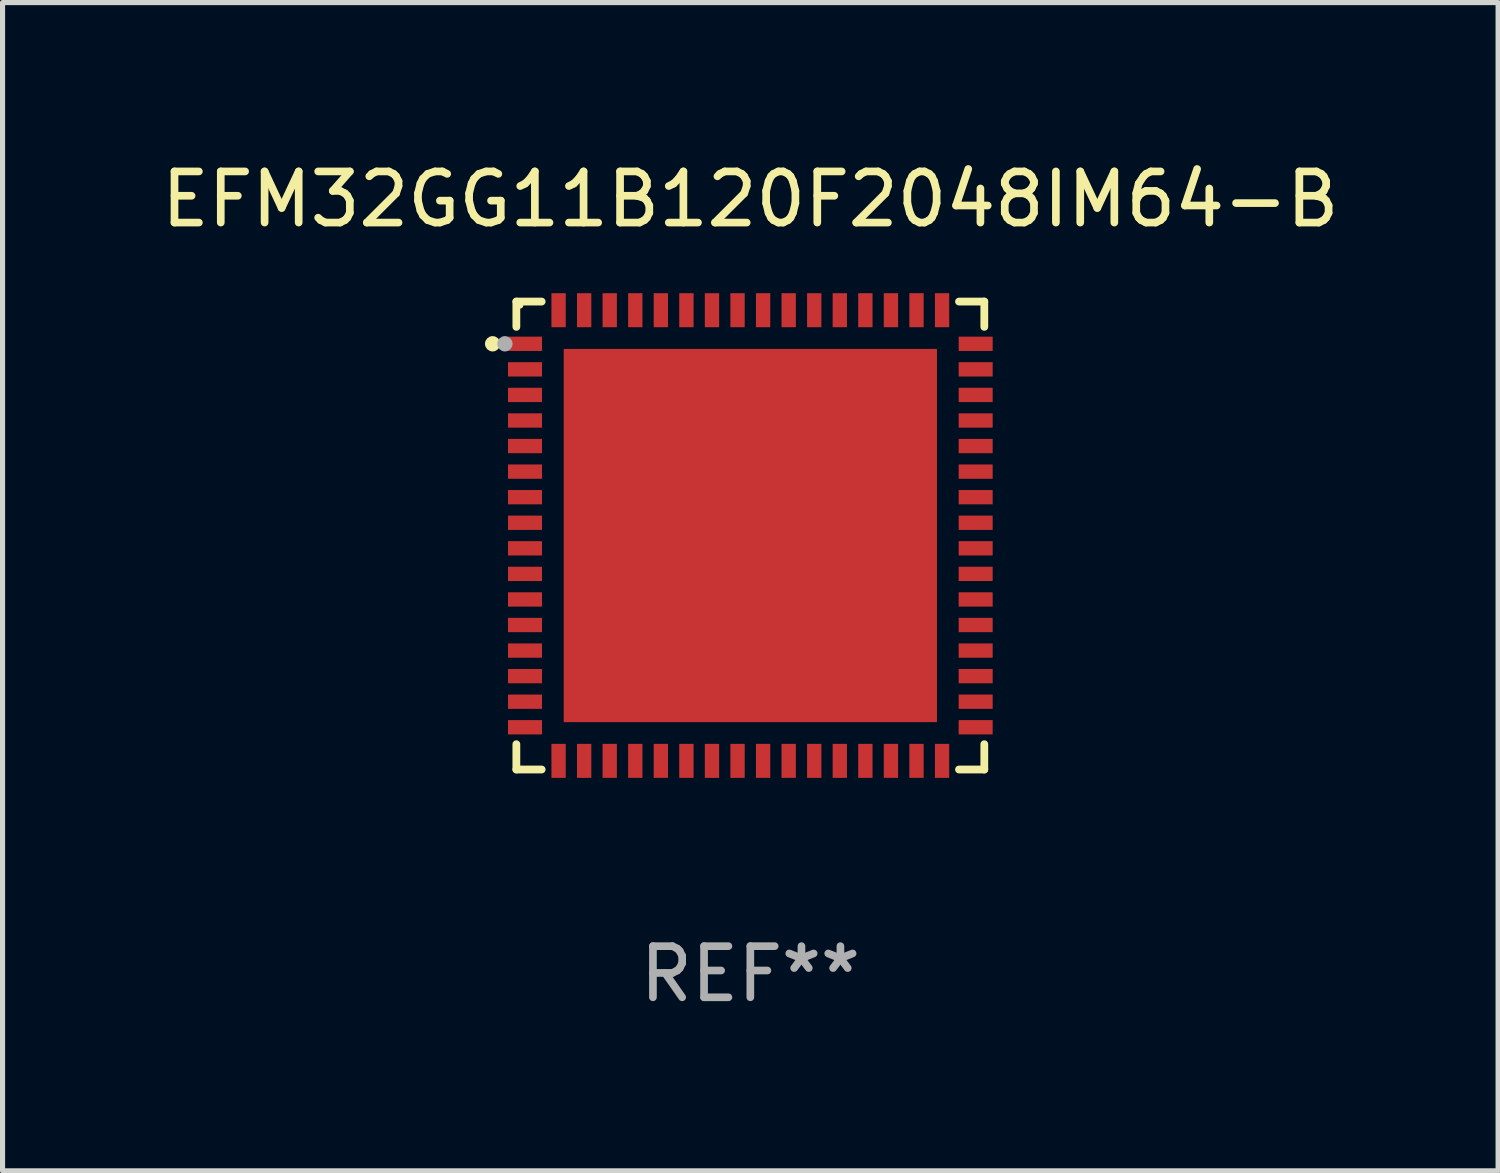
<source format=kicad_pcb>
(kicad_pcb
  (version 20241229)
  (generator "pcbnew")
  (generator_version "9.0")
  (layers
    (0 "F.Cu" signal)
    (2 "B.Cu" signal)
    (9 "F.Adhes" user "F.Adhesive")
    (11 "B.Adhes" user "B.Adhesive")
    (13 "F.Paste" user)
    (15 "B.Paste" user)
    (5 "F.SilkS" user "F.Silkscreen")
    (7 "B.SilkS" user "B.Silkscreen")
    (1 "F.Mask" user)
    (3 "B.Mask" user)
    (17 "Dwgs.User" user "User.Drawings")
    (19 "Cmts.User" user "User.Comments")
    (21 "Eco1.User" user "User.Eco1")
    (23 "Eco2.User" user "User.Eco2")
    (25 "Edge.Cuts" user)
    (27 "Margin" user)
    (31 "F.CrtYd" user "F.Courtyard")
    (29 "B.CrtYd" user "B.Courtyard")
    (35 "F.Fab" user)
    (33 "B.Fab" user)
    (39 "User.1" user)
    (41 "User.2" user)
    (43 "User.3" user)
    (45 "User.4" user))
  (footprint "EFM32GG11B120F2048IM64-B"
    (layer "F.Cu")
    (at 11.625 7.424)
    (property "Reference" "EFM32GG11B120F2048IM64-B" (at 0 -6.576 0) (layer "F.SilkS") (effects (font (size 1 1) (thickness 0.15))))
    (attr through_hole)
    (fp_line (start -4.576 -4.576) (end -4.576 -4.081) (stroke (width 0.152) (type solid)) (layer "F.SilkS"))
    (fp_line (start -4.576 4.576) (end -4.576 4.081) (stroke (width 0.152) (type solid)) (layer "F.SilkS"))
    (fp_line (start -4.081 -4.576) (end -4.576 -4.576) (stroke (width 0.152) (type solid)) (layer "F.SilkS"))
    (fp_line (start -4.081 4.576) (end -4.576 4.576) (stroke (width 0.152) (type solid)) (layer "F.SilkS"))
    (fp_line (start 4.081 -4.576) (end 4.576 -4.576) (stroke (width 0.152) (type solid)) (layer "F.SilkS"))
    (fp_line (start 4.081 4.576) (end 4.576 4.576) (stroke (width 0.152) (type solid)) (layer "F.SilkS"))
    (fp_line (start 4.576 -4.576) (end 4.576 -4.081) (stroke (width 0.152) (type solid)) (layer "F.SilkS"))
    (fp_line (start 4.576 4.576) (end 4.576 4.081) (stroke (width 0.152) (type solid)) (layer "F.SilkS"))
    (fp_circle (center -5.04 -3.75) (end -4.965 -3.75) (stroke (width 0.15) (type solid)) (fill no) (layer "F.SilkS"))
    (fp_circle (center -4.5 -4.5) (end -4.47 -4.5) (stroke (width 0.06) (type solid)) (fill no) (layer "F.SilkS"))
    (fp_circle (center -4.8 -3.75) (end -4.725 -3.75) (stroke (width 0.15) (type solid)) (fill no) (layer "F.Fab"))
    (fp_text user "REF**" (at 0 8.576 0) (layer "F.Fab") (effects (font (size 1 1) (thickness 0.15))))
    (pad "1" smd rect (at -4.407 -3.75) (size 0.665 0.28) (layers "F.Cu" "F.Mask" "F.Paste"))
    (pad "2" smd rect (at -4.407 -3.25) (size 0.665 0.28) (layers "F.Cu" "F.Mask" "F.Paste"))
    (pad "3" smd rect (at -4.407 -2.75) (size 0.665 0.28) (layers "F.Cu" "F.Mask" "F.Paste"))
    (pad "4" smd rect (at -4.407 -2.25) (size 0.665 0.28) (layers "F.Cu" "F.Mask" "F.Paste"))
    (pad "5" smd rect (at -4.407 -1.75) (size 0.665 0.28) (layers "F.Cu" "F.Mask" "F.Paste"))
    (pad "6" smd rect (at -4.407 -1.25) (size 0.665 0.28) (layers "F.Cu" "F.Mask" "F.Paste"))
    (pad "7" smd rect (at -4.407 -0.75) (size 0.665 0.28) (layers "F.Cu" "F.Mask" "F.Paste"))
    (pad "8" smd rect (at -4.407 -0.25) (size 0.665 0.28) (layers "F.Cu" "F.Mask" "F.Paste"))
    (pad "9" smd rect (at -4.407 0.25) (size 0.665 0.28) (layers "F.Cu" "F.Mask" "F.Paste"))
    (pad "10" smd rect (at -4.407 0.75) (size 0.665 0.28) (layers "F.Cu" "F.Mask" "F.Paste"))
    (pad "11" smd rect (at -4.407 1.25) (size 0.665 0.28) (layers "F.Cu" "F.Mask" "F.Paste"))
    (pad "12" smd rect (at -4.407 1.75) (size 0.665 0.28) (layers "F.Cu" "F.Mask" "F.Paste"))
    (pad "13" smd rect (at -4.407 2.25) (size 0.665 0.28) (layers "F.Cu" "F.Mask" "F.Paste"))
    (pad "14" smd rect (at -4.407 2.75) (size 0.665 0.28) (layers "F.Cu" "F.Mask" "F.Paste"))
    (pad "15" smd rect (at -4.407 3.25) (size 0.665 0.28) (layers "F.Cu" "F.Mask" "F.Paste"))
    (pad "16" smd rect (at -4.407 3.75) (size 0.665 0.28) (layers "F.Cu" "F.Mask" "F.Paste"))
    (pad "17" smd rect (at -3.75 4.407) (size 0.28 0.665) (layers "F.Cu" "F.Mask" "F.Paste"))
    (pad "18" smd rect (at -3.25 4.407) (size 0.28 0.665) (layers "F.Cu" "F.Mask" "F.Paste"))
    (pad "19" smd rect (at -2.75 4.407) (size 0.28 0.665) (layers "F.Cu" "F.Mask" "F.Paste"))
    (pad "20" smd rect (at -2.25 4.407) (size 0.28 0.665) (layers "F.Cu" "F.Mask" "F.Paste"))
    (pad "21" smd rect (at -1.75 4.407) (size 0.28 0.665) (layers "F.Cu" "F.Mask" "F.Paste"))
    (pad "22" smd rect (at -1.25 4.407) (size 0.28 0.665) (layers "F.Cu" "F.Mask" "F.Paste"))
    (pad "23" smd rect (at -0.75 4.407) (size 0.28 0.665) (layers "F.Cu" "F.Mask" "F.Paste"))
    (pad "24" smd rect (at -0.25 4.407) (size 0.28 0.665) (layers "F.Cu" "F.Mask" "F.Paste"))
    (pad "25" smd rect (at 0.25 4.407) (size 0.28 0.665) (layers "F.Cu" "F.Mask" "F.Paste"))
    (pad "26" smd rect (at 0.75 4.407) (size 0.28 0.665) (layers "F.Cu" "F.Mask" "F.Paste"))
    (pad "27" smd rect (at 1.25 4.407) (size 0.28 0.665) (layers "F.Cu" "F.Mask" "F.Paste"))
    (pad "28" smd rect (at 1.75 4.407) (size 0.28 0.665) (layers "F.Cu" "F.Mask" "F.Paste"))
    (pad "29" smd rect (at 2.25 4.407) (size 0.28 0.665) (layers "F.Cu" "F.Mask" "F.Paste"))
    (pad "30" smd rect (at 2.75 4.407) (size 0.28 0.665) (layers "F.Cu" "F.Mask" "F.Paste"))
    (pad "31" smd rect (at 3.25 4.407) (size 0.28 0.665) (layers "F.Cu" "F.Mask" "F.Paste"))
    (pad "32" smd rect (at 3.75 4.407) (size 0.28 0.665) (layers "F.Cu" "F.Mask" "F.Paste"))
    (pad "33" smd rect (at 4.407 3.75) (size 0.665 0.28) (layers "F.Cu" "F.Mask" "F.Paste"))
    (pad "34" smd rect (at 4.407 3.25) (size 0.665 0.28) (layers "F.Cu" "F.Mask" "F.Paste"))
    (pad "35" smd rect (at 4.407 2.75) (size 0.665 0.28) (layers "F.Cu" "F.Mask" "F.Paste"))
    (pad "36" smd rect (at 4.407 2.25) (size 0.665 0.28) (layers "F.Cu" "F.Mask" "F.Paste"))
    (pad "37" smd rect (at 4.407 1.75) (size 0.665 0.28) (layers "F.Cu" "F.Mask" "F.Paste"))
    (pad "38" smd rect (at 4.407 1.25) (size 0.665 0.28) (layers "F.Cu" "F.Mask" "F.Paste"))
    (pad "39" smd rect (at 4.407 0.75) (size 0.665 0.28) (layers "F.Cu" "F.Mask" "F.Paste"))
    (pad "40" smd rect (at 4.407 0.25) (size 0.665 0.28) (layers "F.Cu" "F.Mask" "F.Paste"))
    (pad "41" smd rect (at 4.407 -0.25) (size 0.665 0.28) (layers "F.Cu" "F.Mask" "F.Paste"))
    (pad "42" smd rect (at 4.407 -0.75) (size 0.665 0.28) (layers "F.Cu" "F.Mask" "F.Paste"))
    (pad "43" smd rect (at 4.407 -1.25) (size 0.665 0.28) (layers "F.Cu" "F.Mask" "F.Paste"))
    (pad "44" smd rect (at 4.407 -1.75) (size 0.665 0.28) (layers "F.Cu" "F.Mask" "F.Paste"))
    (pad "45" smd rect (at 4.407 -2.25) (size 0.665 0.28) (layers "F.Cu" "F.Mask" "F.Paste"))
    (pad "46" smd rect (at 4.407 -2.75) (size 0.665 0.28) (layers "F.Cu" "F.Mask" "F.Paste"))
    (pad "47" smd rect (at 4.407 -3.25) (size 0.665 0.28) (layers "F.Cu" "F.Mask" "F.Paste"))
    (pad "48" smd rect (at 4.407 -3.75) (size 0.665 0.28) (layers "F.Cu" "F.Mask" "F.Paste"))
    (pad "49" smd rect (at 3.75 -4.407) (size 0.28 0.665) (layers "F.Cu" "F.Mask" "F.Paste"))
    (pad "50" smd rect (at 3.25 -4.407) (size 0.28 0.665) (layers "F.Cu" "F.Mask" "F.Paste"))
    (pad "51" smd rect (at 2.75 -4.407) (size 0.28 0.665) (layers "F.Cu" "F.Mask" "F.Paste"))
    (pad "52" smd rect (at 2.25 -4.407) (size 0.28 0.665) (layers "F.Cu" "F.Mask" "F.Paste"))
    (pad "53" smd rect (at 1.75 -4.407) (size 0.28 0.665) (layers "F.Cu" "F.Mask" "F.Paste"))
    (pad "54" smd rect (at 1.25 -4.407) (size 0.28 0.665) (layers "F.Cu" "F.Mask" "F.Paste"))
    (pad "55" smd rect (at 0.75 -4.407) (size 0.28 0.665) (layers "F.Cu" "F.Mask" "F.Paste"))
    (pad "56" smd rect (at 0.25 -4.407) (size 0.28 0.665) (layers "F.Cu" "F.Mask" "F.Paste"))
    (pad "57" smd rect (at -0.25 -4.407) (size 0.28 0.665) (layers "F.Cu" "F.Mask" "F.Paste"))
    (pad "58" smd rect (at -0.75 -4.407) (size 0.28 0.665) (layers "F.Cu" "F.Mask" "F.Paste"))
    (pad "59" smd rect (at -1.25 -4.407) (size 0.28 0.665) (layers "F.Cu" "F.Mask" "F.Paste"))
    (pad "60" smd rect (at -1.75 -4.407) (size 0.28 0.665) (layers "F.Cu" "F.Mask" "F.Paste"))
    (pad "61" smd rect (at -2.25 -4.407) (size 0.28 0.665) (layers "F.Cu" "F.Mask" "F.Paste"))
    (pad "62" smd rect (at -2.75 -4.407) (size 0.28 0.665) (layers "F.Cu" "F.Mask" "F.Paste"))
    (pad "63" smd rect (at -3.25 -4.407) (size 0.28 0.665) (layers "F.Cu" "F.Mask" "F.Paste"))
    (pad "64" smd rect (at -3.75 -4.407) (size 0.28 0.665) (layers "F.Cu" "F.Mask" "F.Paste"))
    (pad "65" smd rect (at 0 0) (size 7.3 7.3) (layers "F.Cu" "F.Mask" "F.Paste")))
  (gr_rect
    (start -3 -3)
    (end 26.25 19.849)
    (stroke (width 0.1) (type default))
    (fill no)
    (layer "Edge.Cuts")))
</source>
